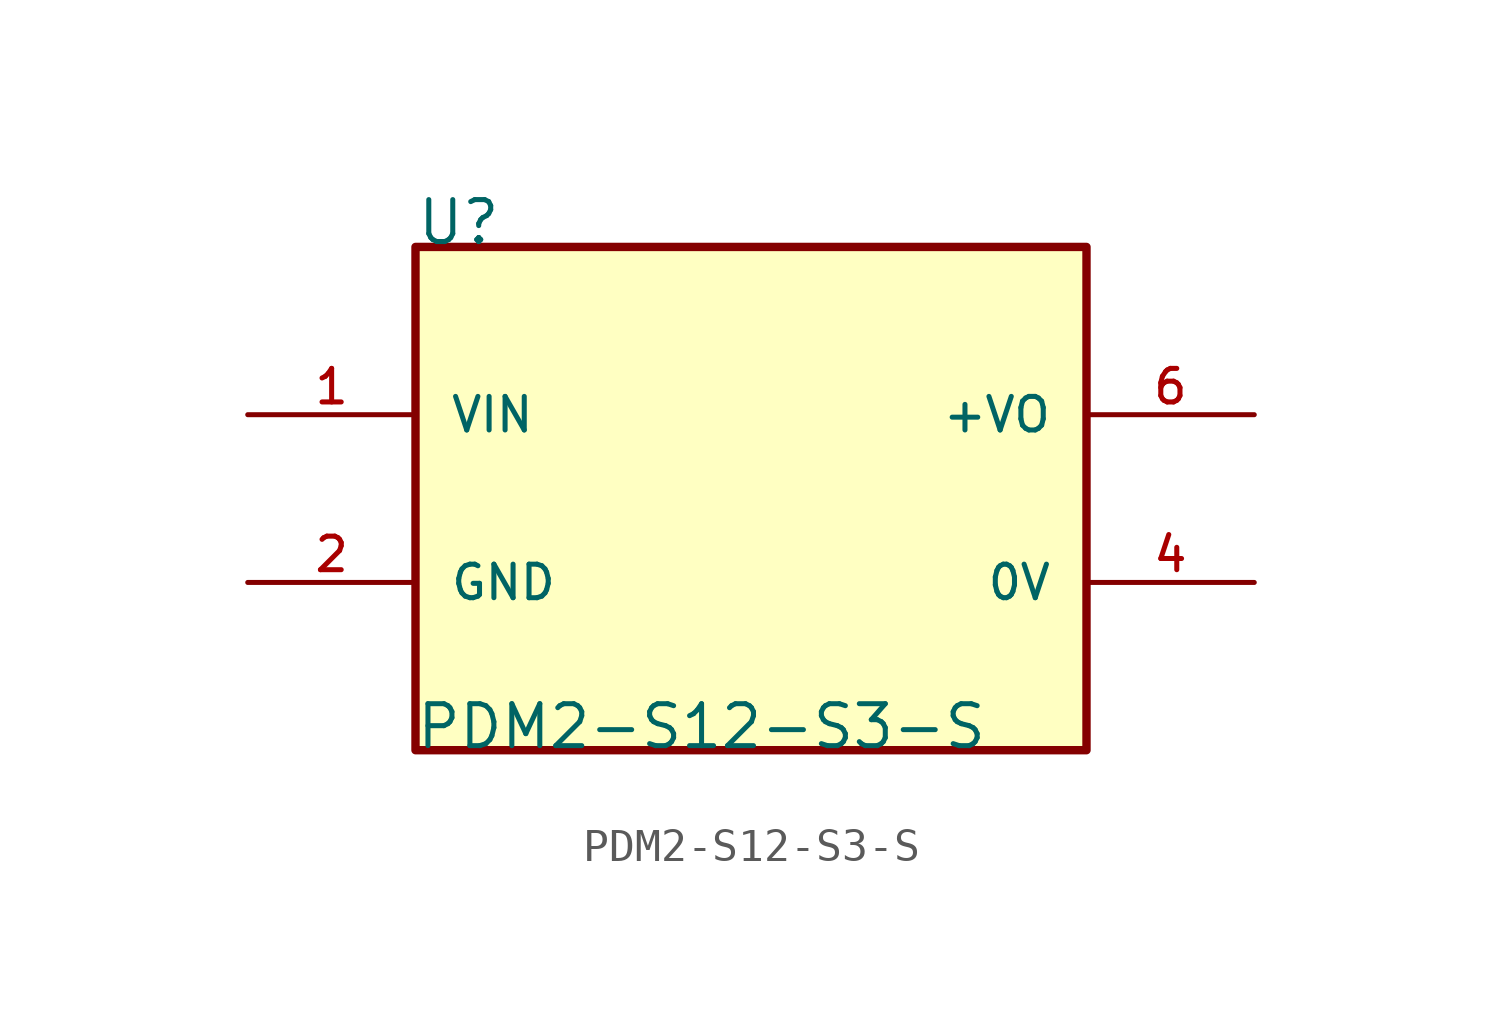
<source format=kicad_sym>
(kicad_symbol_lib
  (version 20211014)
  (generator kicad_symbol_editor)
  (symbol "PDM2-S12-S3-S"
    (pin_names
      (offset 1.016))
    (property "Reference" "U"
      (at -10.16 7.62 0)
      (effects (font (size 1.27 1.27)) (justify left bottom)))
    (property "Value" "PDM2-S12-S3-S"
      (at -10.185 -7.645 0)
      (effects (font (size 1.27 1.27)) (justify left bottom)))
    (property "ki_locked" ""
      (at 0 0 0)
      (effects (font (size 1.27 1.27))))
    (symbol "PDM2-S12-S3-S_0_0"
      (rectangle (start -10.16 -7.62) (end 10.16 7.62) (stroke (width 0.254) (type default) (color 0 0 0 0)) (fill (type background)))
      (pin input line (at -15.24 2.54 0) (length 5.08) (name "VIN" (effects (font (size 1.016 1.016)))) (number "1" (effects (font (size 1.016 1.016)))))
      (pin power_in line (at -15.24 -2.54 0) (length 5.08) (name "GND" (effects (font (size 1.016 1.016)))) (number "2" (effects (font (size 1.016 1.016)))))
      (pin power_in line (at 15.24 -2.54 180) (length 5.08) (name "0V" (effects (font (size 1.016 1.016)))) (number "4" (effects (font (size 1.016 1.016)))))
      (pin output line (at 15.24 2.54 180) (length 5.08) (name "+VO" (effects (font (size 1.016 1.016)))) (number "6" (effects (font (size 1.016 1.016))))))))
</source>
